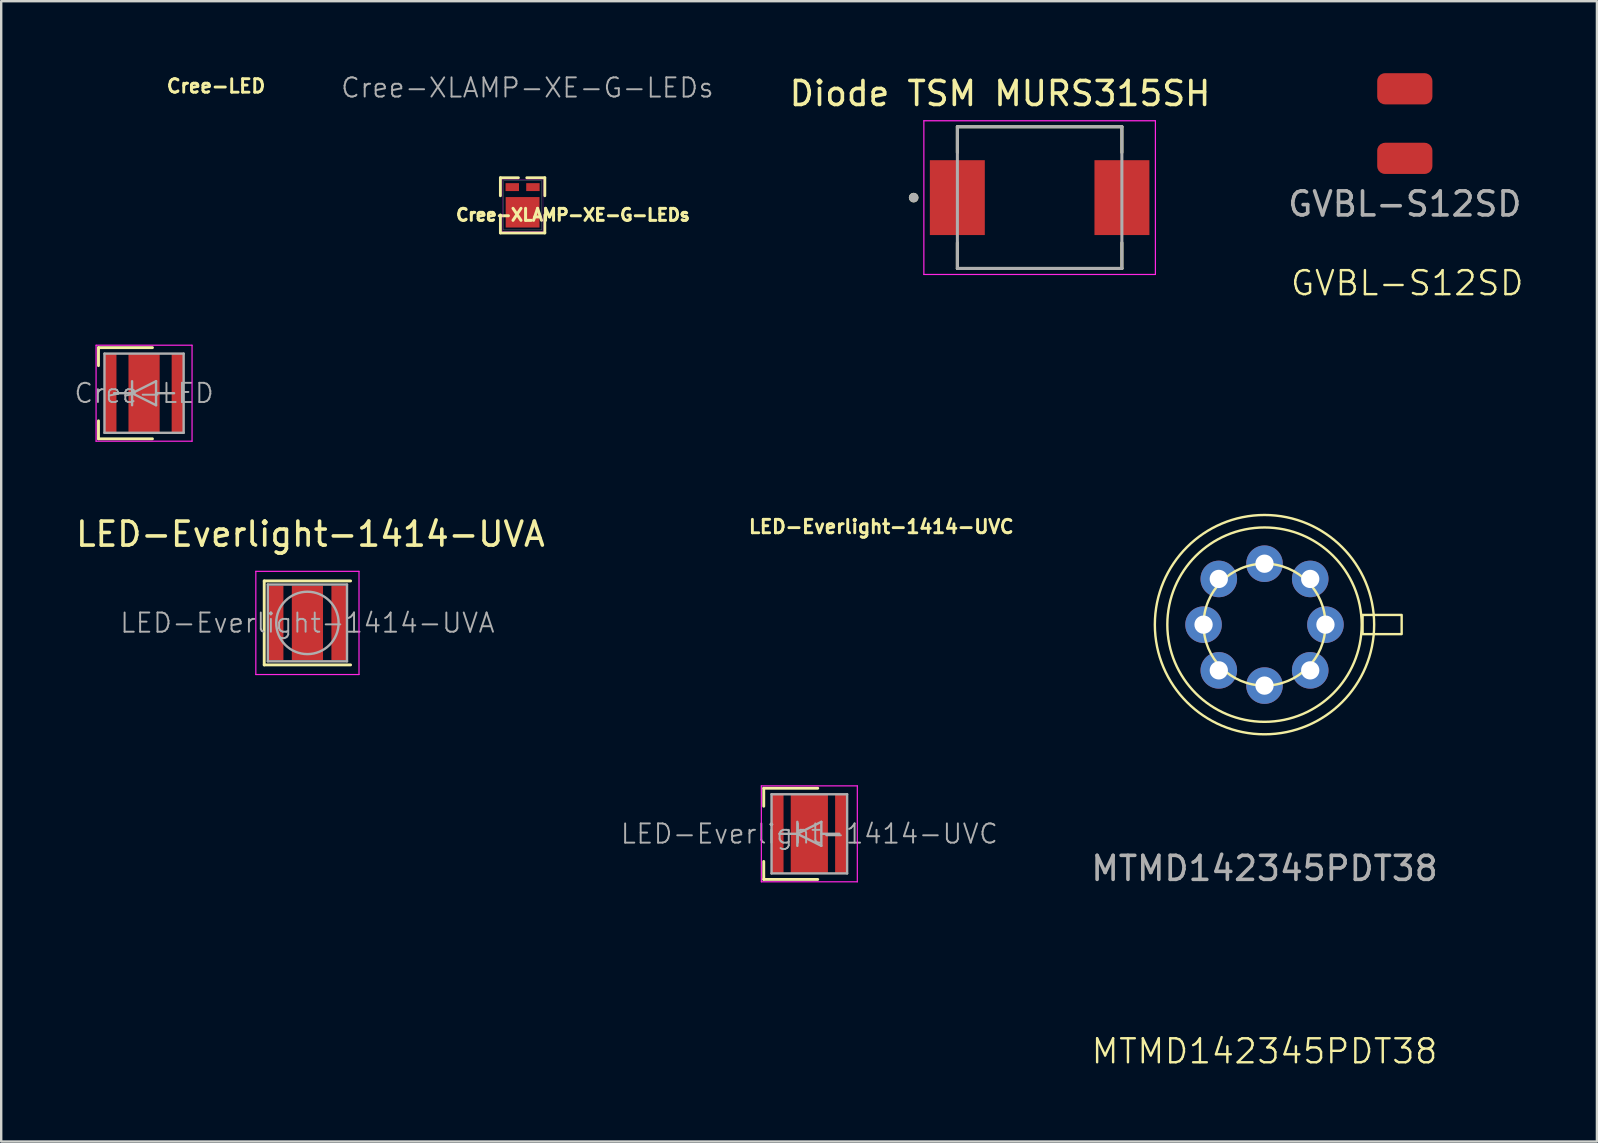
<source format=kicad_pcb>
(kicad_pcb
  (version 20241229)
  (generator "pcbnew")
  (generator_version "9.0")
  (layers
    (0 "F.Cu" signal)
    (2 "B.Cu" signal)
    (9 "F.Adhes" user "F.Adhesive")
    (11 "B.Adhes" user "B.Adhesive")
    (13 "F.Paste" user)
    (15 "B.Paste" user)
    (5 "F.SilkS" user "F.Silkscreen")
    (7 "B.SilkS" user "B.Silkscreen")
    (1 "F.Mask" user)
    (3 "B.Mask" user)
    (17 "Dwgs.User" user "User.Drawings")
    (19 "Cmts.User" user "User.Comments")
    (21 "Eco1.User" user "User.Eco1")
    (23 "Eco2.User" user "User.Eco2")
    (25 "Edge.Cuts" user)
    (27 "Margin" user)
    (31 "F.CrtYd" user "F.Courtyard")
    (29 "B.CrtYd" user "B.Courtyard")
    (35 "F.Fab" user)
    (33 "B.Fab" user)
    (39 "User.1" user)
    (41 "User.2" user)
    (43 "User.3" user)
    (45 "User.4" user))
  (footprint "LED-Everlight-1414-UVA"
    (layer "F.Cu")
    (at 9.762 22.911)
    (property "Reference" "LED-Everlight-1414-UVA" (at 0.125 -3.7 0) (layer "F.SilkS") (effects (font (size 1 1) (thickness 0.15))))
    (attr smd)
    (fp_line (start -1.8 -1.75) (end 1.8 -1.75) (stroke (width 0.12) (type solid)) (layer "F.SilkS"))
    (fp_line (start -1.8 1.75) (end -1.8 -1.75) (stroke (width 0.12) (type solid)) (layer "F.SilkS"))
    (fp_line (start 1.8 1.75) (end -1.8 1.75) (stroke (width 0.12) (type solid)) (layer "F.SilkS"))
    (fp_line (start -2.15 -2.15) (end 2.15 -2.15) (stroke (width 0.05) (type solid)) (layer "F.CrtYd"))
    (fp_line (start -2.15 2.15) (end -2.15 -2.15) (stroke (width 0.05) (type solid)) (layer "F.CrtYd"))
    (fp_line (start 2.15 -2.15) (end 2.15 2.15) (stroke (width 0.05) (type solid)) (layer "F.CrtYd"))
    (fp_line (start 2.15 2.15) (end -2.15 2.15) (stroke (width 0.05) (type solid)) (layer "F.CrtYd"))
    (fp_line (start -1.65 -1.6) (end 1.65 -1.6) (stroke (width 0.1) (type solid)) (layer "F.Fab"))
    (fp_line (start -1.65 1.6) (end -1.65 -1.6) (stroke (width 0.1) (type solid)) (layer "F.Fab"))
    (fp_line (start 1.65 -1.6) (end 1.65 1.6) (stroke (width 0.1) (type solid)) (layer "F.Fab"))
    (fp_line (start 1.65 1.6) (end -1.65 1.6) (stroke (width 0.1) (type solid)) (layer "F.Fab"))
    (fp_circle (center 0 0) (end 0 1.3) (stroke (width 0.1) (type solid)) (fill no) (layer "F.Fab"))
    (fp_text user "${REFERENCE}" (at 0 0 0) (layer "F.Fab") (effects (font (size 0.8 0.8) (thickness 0.08))))
    (pad "" smd rect (at 0 -1) (size 1.01 0.75) (layers "F.Paste"))
    (pad "" smd rect (at 0 0) (size 1.01 0.75) (layers "F.Paste"))
    (pad "" smd rect (at 0 1) (size 1.01 0.75) (layers "F.Paste"))
    (pad "1" smd rect (at -1.325 0) (size 0.65 3.1) (layers "F.Cu" "F.Mask" "F.Paste"))
    (pad "2" smd rect (at 1.325 0) (size 0.65 3.1) (layers "F.Cu" "F.Mask" "F.Paste"))
    (pad "3" smd rect (at 0 0) (size 1.3 3.1) (layers "F.Cu" "F.Mask")))
  (footprint "Cree-LED"
    (layer "F.Cu")
    (at 2.954 13.338)
    (property "Reference" "Cree-LED" (at 3 -12.8 0) (layer "F.SilkS") (effects (font (size 0.56 0.56) (thickness 0.12))))
    (attr smd)
    (fp_line (start -1.9 -1.9) (end 0.35 -1.9) (stroke (width 0.12) (type solid)) (layer "F.SilkS"))
    (fp_line (start -1.9 -1.15) (end -1.9 -1.9) (stroke (width 0.12) (type solid)) (layer "F.SilkS"))
    (fp_line (start -1.9 1.15) (end -1.9 1.9) (stroke (width 0.12) (type solid)) (layer "F.SilkS"))
    (fp_line (start -1.9 1.9) (end 0.35 1.9) (stroke (width 0.12) (type solid)) (layer "F.SilkS"))
    (fp_line (start -2 -2) (end -2 2) (stroke (width 0.05) (type solid)) (layer "F.CrtYd"))
    (fp_line (start -2 2) (end 2 2) (stroke (width 0.05) (type solid)) (layer "F.CrtYd"))
    (fp_line (start 2 -2) (end -2 -2) (stroke (width 0.05) (type solid)) (layer "F.CrtYd"))
    (fp_line (start 2 2) (end 2 -2) (stroke (width 0.05) (type solid)) (layer "F.CrtYd"))
    (fp_line (start -1.65 -1.65) (end -1.65 1.65) (stroke (width 0.1) (type solid)) (layer "F.Fab"))
    (fp_line (start -1.65 1.65) (end 1.65 1.65) (stroke (width 0.1) (type solid)) (layer "F.Fab"))
    (fp_line (start -0.5 0) (end -1.25 0) (stroke (width 0.1) (type solid)) (layer "F.Fab"))
    (fp_line (start -0.5 0) (end 0.5 0.5) (stroke (width 0.1) (type solid)) (layer "F.Fab"))
    (fp_line (start -0.5 0.5) (end -0.5 -0.5) (stroke (width 0.1) (type solid)) (layer "F.Fab"))
    (fp_line (start 0.5 -0.5) (end -0.5 0) (stroke (width 0.1) (type solid)) (layer "F.Fab"))
    (fp_line (start 0.5 0) (end 1.25 0) (stroke (width 0.1) (type solid)) (layer "F.Fab"))
    (fp_line (start 0.5 0.5) (end 0.5 -0.5) (stroke (width 0.1) (type solid)) (layer "F.Fab"))
    (fp_line (start 1.65 -1.65) (end -1.65 -1.65) (stroke (width 0.1) (type solid)) (layer "F.Fab"))
    (fp_line (start 1.65 1.65) (end 1.65 -1.65) (stroke (width 0.1) (type solid)) (layer "F.Fab"))
    (fp_text user "${REFERENCE}" (at 0 0 0) (layer "F.Fab") (effects (font (size 0.8 0.8) (thickness 0.08))))
    (pad "" smd rect (at 0 -1) (size 1.01 0.75) (layers "F.Paste"))
    (pad "" smd rect (at 0 0) (size 1.01 0.75) (layers "F.Paste"))
    (pad "" smd rect (at 0 1) (size 1.01 0.75) (layers "F.Paste"))
    (pad "1" smd rect (at -1.4 0) (size 0.5 3.3) (layers "F.Cu" "F.Mask" "F.Paste"))
    (pad "2" smd rect (at 1.4 0) (size 0.5 3.3) (layers "F.Cu" "F.Mask" "F.Paste"))
    (pad "3" smd rect (at 0 0) (size 1.3 3.3) (layers "F.Cu" "F.Mask")))
  (footprint "Diode TSM MURS315SH"
    (layer "F.Cu")
    (at 40.278 5.186)
    (property "Reference" "Diode TSM MURS315SH" (at -1.65 -4.338 0) (layer "F.SilkS") (effects (font (size 1 1) (thickness 0.15))))
    (attr smd)
    (fp_line (start -3.428 -2.953) (end -3.428 -1.88) (stroke (width 0.127) (type solid)) (layer "F.SilkS"))
    (fp_line (start -3.428 2.953) (end -3.428 1.88) (stroke (width 0.127) (type solid)) (layer "F.SilkS"))
    (fp_line (start -3.428 2.953) (end 3.428 2.953) (stroke (width 0.127) (type solid)) (layer "F.SilkS"))
    (fp_line (start 3.428 -2.953) (end -3.428 -2.953) (stroke (width 0.127) (type solid)) (layer "F.SilkS"))
    (fp_line (start 3.428 -1.88) (end 3.428 -2.953) (stroke (width 0.127) (type solid)) (layer "F.SilkS"))
    (fp_line (start 3.428 2.953) (end 3.428 1.88) (stroke (width 0.127) (type solid)) (layer "F.SilkS"))
    (fp_circle (center -5.25 0) (end -5.15 0) (stroke (width 0.2) (type solid)) (fill no) (layer "F.SilkS"))
    (fp_line (start -4.825 -3.203) (end -4.825 3.203) (stroke (width 0.05) (type solid)) (layer "F.CrtYd"))
    (fp_line (start -4.825 3.203) (end 4.825 3.203) (stroke (width 0.05) (type solid)) (layer "F.CrtYd"))
    (fp_line (start 4.825 -3.203) (end -4.825 -3.203) (stroke (width 0.05) (type solid)) (layer "F.CrtYd"))
    (fp_line (start 4.825 3.203) (end 4.825 -3.203) (stroke (width 0.05) (type solid)) (layer "F.CrtYd"))
    (fp_line (start -3.428 -2.953) (end -3.428 2.953) (stroke (width 0.127) (type solid)) (layer "F.Fab"))
    (fp_line (start -3.428 2.953) (end 3.428 2.953) (stroke (width 0.127) (type solid)) (layer "F.Fab"))
    (fp_line (start 3.428 -2.953) (end -3.428 -2.953) (stroke (width 0.127) (type solid)) (layer "F.Fab"))
    (fp_line (start 3.428 2.953) (end 3.428 -2.953) (stroke (width 0.127) (type solid)) (layer "F.Fab"))
    (fp_circle (center -5.25 0) (end -5.15 0) (stroke (width 0.2) (type solid)) (fill no) (layer "F.Fab"))
    (pad "1" smd rect (at 3.43 0) (size 2.29 3.12) (layers "F.Cu" "F.Mask" "F.Paste"))
    (pad "2" smd rect (at -3.43 0) (size 2.29 3.12) (layers "F.Cu" "F.Mask" "F.Paste")))
  (footprint "LED-Everlight-1414-UVC"
    (layer "F.Cu")
    (at 30.68 31.701)
    (property "Reference" "LED-Everlight-1414-UVC" (at 3 -12.8 0) (layer "F.SilkS") (effects (font (size 0.56 0.56) (thickness 0.12))))
    (attr smd)
    (fp_line (start -1.9 -1.9) (end 0.35 -1.9) (stroke (width 0.12) (type solid)) (layer "F.SilkS"))
    (fp_line (start -1.9 -1.15) (end -1.9 -1.9) (stroke (width 0.12) (type solid)) (layer "F.SilkS"))
    (fp_line (start -1.9 1.15) (end -1.9 1.9) (stroke (width 0.12) (type solid)) (layer "F.SilkS"))
    (fp_line (start -1.9 1.9) (end 0.35 1.9) (stroke (width 0.12) (type solid)) (layer "F.SilkS"))
    (fp_line (start -2 -2) (end -2 2) (stroke (width 0.05) (type solid)) (layer "F.CrtYd"))
    (fp_line (start -2 2) (end 2 2) (stroke (width 0.05) (type solid)) (layer "F.CrtYd"))
    (fp_line (start 2 -2) (end -2 -2) (stroke (width 0.05) (type solid)) (layer "F.CrtYd"))
    (fp_line (start 2 2) (end 2 -2) (stroke (width 0.05) (type solid)) (layer "F.CrtYd"))
    (fp_line (start -1.575 -1.65) (end -1.575 1.65) (stroke (width 0.1) (type solid)) (layer "F.Fab"))
    (fp_line (start -1.575 1.65) (end 1.575 1.65) (stroke (width 0.1) (type solid)) (layer "F.Fab"))
    (fp_line (start -0.5 0) (end -1.25 0) (stroke (width 0.1) (type solid)) (layer "F.Fab"))
    (fp_line (start -0.5 0) (end 0.5 0.5) (stroke (width 0.1) (type solid)) (layer "F.Fab"))
    (fp_line (start -0.5 0.5) (end -0.5 -0.5) (stroke (width 0.1) (type solid)) (layer "F.Fab"))
    (fp_line (start 0.5 -0.5) (end -0.5 0) (stroke (width 0.1) (type solid)) (layer "F.Fab"))
    (fp_line (start 0.5 0) (end 1.25 0) (stroke (width 0.1) (type solid)) (layer "F.Fab"))
    (fp_line (start 0.5 0.5) (end 0.5 -0.5) (stroke (width 0.1) (type solid)) (layer "F.Fab"))
    (fp_line (start 1.575 -1.65) (end -1.575 -1.65) (stroke (width 0.1) (type solid)) (layer "F.Fab"))
    (fp_line (start 1.575 1.65) (end 1.575 -1.65) (stroke (width 0.1) (type solid)) (layer "F.Fab"))
    (fp_text user "${REFERENCE}" (at 0 0 0) (layer "F.Fab") (effects (font (size 0.8 0.8) (thickness 0.08))))
    (pad "" smd rect (at 0 -1) (size 1.01 0.75) (layers "F.Paste"))
    (pad "" smd rect (at 0 0) (size 1.01 0.75) (layers "F.Paste"))
    (pad "" smd rect (at 0 1) (size 1.01 0.75) (layers "F.Paste"))
    (pad "1" smd rect (at -1.325 0) (size 0.5 3.3) (layers "F.Cu" "F.Mask" "F.Paste"))
    (pad "2" smd rect (at 1.325 0) (size 0.5 3.3) (layers "F.Cu" "F.Mask" "F.Paste"))
    (pad "3" smd rect (at 0 0) (size 1.55 3.3) (layers "F.Cu" "F.Mask")))
  (footprint "GVBL-S12SD"
    (layer "F.Cu")
    (at 55.497 2.95)
    (property "Reference" "GVBL-S12SD" (at 0.1 5.8 0) (unlocked yes) (layer "F.SilkS") (effects (font (size 1 1) (thickness 0.1))))
    (attr smd)
    (fp_text user "${REFERENCE}" (at 0 2.5 0) (unlocked yes) (layer "F.Fab") (effects (font (size 1 1) (thickness 0.15))))
    (pad "A" smd roundrect (at 0 0.6) (size 2.3 1.3) (layers "F.Cu" "F.Mask" "F.Paste") (roundrect_rratio 0.25))
    (pad "K" smd roundrect (at 0 -2.3) (size 2.3 1.3) (layers "F.Cu" "F.Mask" "F.Paste") (roundrect_rratio 0.25)))
  (footprint "MTMD142345PDT38"
    (layer "F.Cu")
    (at 49.65 22.983)
    (property "Reference" "MTMD142345PDT38" (at 0 17.78 0) (unlocked yes) (layer "F.SilkS") (effects (font (size 1 1) (thickness 0.1))))
    (attr through_hole)
    (fp_rect (start 4.088 -0.406) (end 5.716 0.394) (stroke (width 0.1) (type default)) (fill no) (layer "F.SilkS"))
    (fp_circle (center 0 0) (end 2.54 0) (stroke (width 0.1) (type default)) (fill no) (layer "F.SilkS"))
    (fp_circle (center 0 0) (end 4.05 0) (stroke (width 0.1) (type default)) (fill no) (layer "F.SilkS"))
    (fp_circle (center 0 0) (end 4.57 0) (stroke (width 0.1) (type default)) (fill no) (layer "F.SilkS"))
    (fp_text user "${REFERENCE}" (at 0 10.16 0) (unlocked yes) (layer "F.Fab") (effects (font (size 1 1) (thickness 0.15))))
    (pad "1" thru_hole circle (at -2.54 0) (size 1.524 1.524) (drill 0.762) (layers "*.Cu" "*.Mask"))
    (pad "2" thru_hole circle (at -1.905 -1.905) (size 1.524 1.524) (drill 0.762) (layers "*.Cu" "*.Mask"))
    (pad "3" thru_hole circle (at 0 -2.54) (size 1.524 1.524) (drill 0.762) (layers "*.Cu" "*.Mask"))
    (pad "4" thru_hole circle (at 1.905 -1.905) (size 1.524 1.524) (drill 0.762) (layers "*.Cu" "*.Mask"))
    (pad "5" thru_hole circle (at 2.54 0) (size 1.524 1.524) (drill 0.762) (layers "*.Cu" "*.Mask"))
    (pad "6" thru_hole circle (at 1.905 1.905) (size 1.524 1.524) (drill 0.762) (layers "*.Cu" "*.Mask"))
    (pad "7" thru_hole circle (at 0 2.54) (size 1.524 1.524) (drill 0.762) (layers "*.Cu" "*.Mask"))
    (pad "8" thru_hole circle (at -1.905 1.905) (size 1.524 1.524) (drill 0.762) (layers "*.Cu" "*.Mask")))
  (footprint "Cree-XLAMP-XE-G-LEDs"
    (layer "F.Cu")
    (at 18.73 5.508)
    (property "Reference" "Cree-XLAMP-XE-G-LEDs" (at 2.1 0.4 0) (layer "F.SilkS") (effects (font (size 0.5 0.5) (thickness 0.125) (bold yes))))
    (attr smd)
    (fp_line (start -0.925 -0.4) (end -0.925 -1.15) (stroke (width 0.12) (type solid)) (layer "F.SilkS"))
    (fp_line (start -0.925 0.4) (end -0.925 1.15) (stroke (width 0.12) (type solid)) (layer "F.SilkS"))
    (fp_line (start -0.925 1.15) (end 0.925 1.15) (stroke (width 0.12) (type solid)) (layer "F.SilkS"))
    (fp_line (start -0.175 -1.15) (end -0.925 -1.15) (stroke (width 0.12) (type solid)) (layer "F.SilkS"))
    (fp_line (start 0.925 -1.15) (end 0.175 -1.15) (stroke (width 0.12) (type solid)) (layer "F.SilkS"))
    (fp_line (start 0.925 -0.4) (end 0.925 -1.15) (stroke (width 0.12) (type solid)) (layer "F.SilkS"))
    (fp_line (start 0.925 0.4) (end 0.925 1.15) (stroke (width 0.12) (type solid)) (layer "F.SilkS"))
    (fp_rect (start -0.85 -1.075) (end 0.85 1.075) (stroke (width 0.01) (type default)) (fill no) (layer "F.CrtYd"))
    (fp_rect (start -0.8 -1.025) (end 0.8 1.025) (stroke (width 0.01) (type default)) (fill no) (layer "F.Fab"))
    (fp_text user "${REFERENCE}" (at 0.2 -4.9 0) (layer "F.Fab") (effects (font (size 0.8 0.8) (thickness 0.08))))
    (pad "1" smd rect (at 0.43 -0.76) (size 0.56 0.33) (layers "F.Cu" "F.Mask" "F.Paste"))
    (pad "2" smd rect (at -0.43 -0.76) (size 0.56 0.33) (layers "F.Cu" "F.Mask" "F.Paste"))
    (pad "3" smd rect (at 0 0.29) (size 1.41 1.27) (layers "F.Cu" "F.Mask" "F.Paste")))
  (gr_rect
    (start -3 -3)
    (end 63.504 44.524)
    (stroke (width 0.1) (type default))
    (fill no)
    (layer "Edge.Cuts")))
</source>
